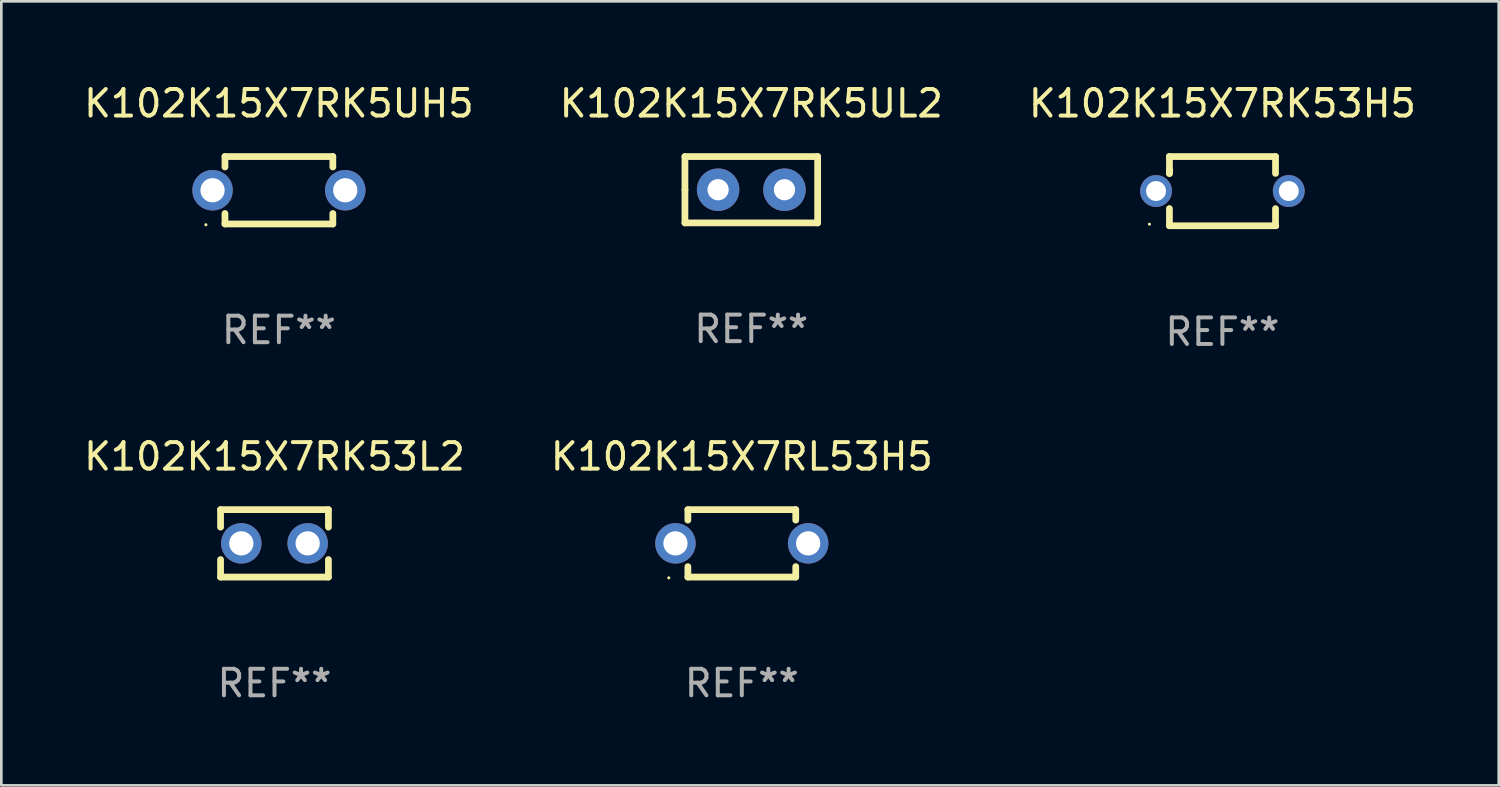
<source format=kicad_pcb>
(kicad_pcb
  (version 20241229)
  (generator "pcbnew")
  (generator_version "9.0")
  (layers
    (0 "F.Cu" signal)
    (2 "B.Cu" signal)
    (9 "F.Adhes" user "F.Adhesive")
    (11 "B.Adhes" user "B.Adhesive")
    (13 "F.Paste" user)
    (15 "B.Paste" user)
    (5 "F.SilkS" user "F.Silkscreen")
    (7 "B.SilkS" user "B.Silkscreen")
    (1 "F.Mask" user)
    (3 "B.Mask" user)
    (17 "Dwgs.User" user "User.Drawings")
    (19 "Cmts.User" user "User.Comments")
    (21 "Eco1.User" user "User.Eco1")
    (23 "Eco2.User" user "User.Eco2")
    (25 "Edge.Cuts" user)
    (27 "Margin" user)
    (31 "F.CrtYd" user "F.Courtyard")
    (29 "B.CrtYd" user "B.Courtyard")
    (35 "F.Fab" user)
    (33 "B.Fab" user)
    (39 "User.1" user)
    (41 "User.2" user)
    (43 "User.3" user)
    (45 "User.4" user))
  (footprint "K102K15X7RK53L2"
    (layer "F.Cu")
    (at 7.292 17.422)
    (property "Reference" "K102K15X7RK53L2" (at 0 -3.27 0) (layer "F.SilkS") (effects (font (size 1 1) (thickness 0.15))))
    (attr through_hole)
    (fp_line (start -2.032 -1.27) (end -2.032 -0.611) (stroke (width 0.254) (type solid)) (layer "F.SilkS"))
    (fp_line (start -2.032 0.611) (end -2.032 1.27) (stroke (width 0.254) (type solid)) (layer "F.SilkS"))
    (fp_line (start -2.032 1.27) (end 2.032 1.27) (stroke (width 0.254) (type solid)) (layer "F.SilkS"))
    (fp_line (start 2.032 -1.27) (end -2.032 -1.27) (stroke (width 0.254) (type solid)) (layer "F.SilkS"))
    (fp_line (start 2.032 -0.611) (end 2.032 -1.27) (stroke (width 0.254) (type solid)) (layer "F.SilkS"))
    (fp_line (start 2.032 1.27) (end 2.032 0.611) (stroke (width 0.254) (type solid)) (layer "F.SilkS"))
    (fp_circle (center -2 1.3) (end -1.97 1.3) (stroke (width 0.06) (type solid)) (fill no) (layer "F.SilkS"))
    (fp_text user "REF**" (at 0 5.27 0) (layer "F.Fab") (effects (font (size 1 1) (thickness 0.15))))
    (pad "1" thru_hole circle (at -1.25 0) (size 1.524 1.524) (drill 0.914) (layers "*.Cu" "*.Mask"))
    (pad "2" thru_hole circle (at 1.25 0) (size 1.524 1.524) (drill 0.914) (layers "*.Cu" "*.Mask")))
  (footprint "K102K15X7RK53H5"
    (layer "F.Cu")
    (at 43.006 4.152)
    (property "Reference" "K102K15X7RK53H5" (at 0 -3.303 0) (layer "F.SilkS") (effects (font (size 1 1) (thickness 0.15))))
    (attr through_hole)
    (fp_line (start -1.996 -0.782) (end -1.983 -0.795) (stroke (width 0.254) (type solid)) (layer "F.SilkS"))
    (fp_line (start -1.996 -0.665) (end -1.996 -0.782) (stroke (width 0.254) (type solid)) (layer "F.SilkS"))
    (fp_line (start -1.996 1.297) (end -1.996 0.655) (stroke (width 0.254) (type solid)) (layer "F.SilkS"))
    (fp_line (start -1.996 -1.303) (end 2.001 -1.303) (stroke (width 0.254) (type solid)) (layer "F.SilkS"))
    (fp_line (start -1.995 -1.303) (end -1.996 -1.303) (stroke (width 0.254) (type solid)) (layer "F.SilkS"))
    (fp_line (start -1.995 -0.664) (end -1.995 -1.303) (stroke (width 0.254) (type solid)) (layer "F.SilkS"))
    (fp_line (start -1.99 1.303) (end -1.996 1.297) (stroke (width 0.254) (type solid)) (layer "F.SilkS"))
    (fp_line (start 2.001 -1.303) (end 2.001 -0.669) (stroke (width 0.254) (type solid)) (layer "F.SilkS"))
    (fp_line (start 2.001 0.659) (end 2.001 1.297) (stroke (width 0.254) (type solid)) (layer "F.SilkS"))
    (fp_line (start 2.001 1.297) (end 2.008 1.303) (stroke (width 0.254) (type solid)) (layer "F.SilkS"))
    (fp_line (start 2.008 1.303) (end -1.99 1.303) (stroke (width 0.254) (type solid)) (layer "F.SilkS"))
    (fp_circle (center -2.75 1.245) (end -2.72 1.245) (stroke (width 0.06) (type solid)) (fill no) (layer "F.SilkS"))
    (fp_text user "REF**" (at 0 5.303 0) (layer "F.Fab") (effects (font (size 1 1) (thickness 0.15))))
    (pad "1" thru_hole circle (at -2.5 -0.005) (size 1.2 1.2) (drill 0.75) (layers "*.Cu" "*.Mask"))
    (pad "2" thru_hole circle (at 2.5 -0.005) (size 1.2 1.2) (drill 0.75) (layers "*.Cu" "*.Mask")))
  (footprint "K102K15X7RL53H5"
    (layer "F.Cu")
    (at 24.899 17.422)
    (property "Reference" "K102K15X7RL53H5" (at 0 -3.27 0) (layer "F.SilkS") (effects (font (size 1 1) (thickness 0.15))))
    (attr through_hole)
    (fp_line (start -2.032 -1.27) (end -2.032 -0.876) (stroke (width 0.254) (type solid)) (layer "F.SilkS"))
    (fp_line (start -2.032 0.876) (end -2.032 1.27) (stroke (width 0.254) (type solid)) (layer "F.SilkS"))
    (fp_line (start -2.032 1.27) (end 2.032 1.27) (stroke (width 0.254) (type solid)) (layer "F.SilkS"))
    (fp_line (start 2.032 -1.27) (end -2.032 -1.27) (stroke (width 0.254) (type solid)) (layer "F.SilkS"))
    (fp_line (start 2.032 -0.876) (end 2.032 -1.27) (stroke (width 0.254) (type solid)) (layer "F.SilkS"))
    (fp_line (start 2.032 1.27) (end 2.032 0.876) (stroke (width 0.254) (type solid)) (layer "F.SilkS"))
    (fp_circle (center -2.751 1.3) (end -2.721 1.3) (stroke (width 0.06) (type solid)) (fill no) (layer "F.SilkS"))
    (fp_text user "REF**" (at 0 5.27 0) (layer "F.Fab") (effects (font (size 1 1) (thickness 0.15))))
    (pad "1" thru_hole circle (at -2.5 0) (size 1.524 1.524) (drill 0.914) (layers "*.Cu" "*.Mask"))
    (pad "2" thru_hole circle (at 2.5 0) (size 1.524 1.524) (drill 0.914) (layers "*.Cu" "*.Mask")))
  (footprint "K102K15X7RK5UH5"
    (layer "F.Cu")
    (at 7.458 4.118)
    (property "Reference" "K102K15X7RK5UH5" (at 0 -3.27 0) (layer "F.SilkS") (effects (font (size 1 1) (thickness 0.15))))
    (attr through_hole)
    (fp_line (start -2.032 -1.27) (end -2.032 -0.876) (stroke (width 0.254) (type solid)) (layer "F.SilkS"))
    (fp_line (start -2.032 0.876) (end -2.032 1.27) (stroke (width 0.254) (type solid)) (layer "F.SilkS"))
    (fp_line (start -2.032 1.27) (end 2.032 1.27) (stroke (width 0.254) (type solid)) (layer "F.SilkS"))
    (fp_line (start 2.032 -1.27) (end -2.032 -1.27) (stroke (width 0.254) (type solid)) (layer "F.SilkS"))
    (fp_line (start 2.032 -0.876) (end 2.032 -1.27) (stroke (width 0.254) (type solid)) (layer "F.SilkS"))
    (fp_line (start 2.032 1.27) (end 2.032 0.876) (stroke (width 0.254) (type solid)) (layer "F.SilkS"))
    (fp_circle (center -2.751 1.3) (end -2.721 1.3) (stroke (width 0.06) (type solid)) (fill no) (layer "F.SilkS"))
    (fp_text user "REF**" (at 0 5.27 0) (layer "F.Fab") (effects (font (size 1 1) (thickness 0.15))))
    (pad "1" thru_hole circle (at -2.5 0) (size 1.524 1.524) (drill 0.914) (layers "*.Cu" "*.Mask"))
    (pad "2" thru_hole circle (at 2.5 0) (size 1.524 1.524) (drill 0.914) (layers "*.Cu" "*.Mask")))
  (footprint "K102K15X7RK5UL2"
    (layer "F.Cu")
    (at 25.256 4.098)
    (property "Reference" "K102K15X7RK5UL2" (at 0 -3.25 0) (layer "F.SilkS") (effects (font (size 1 1) (thickness 0.15))))
    (attr through_hole)
    (fp_line (start -2.5 -1.25) (end 2.5 -1.25) (stroke (width 0.254) (type solid)) (layer "F.SilkS"))
    (fp_line (start -2.5 0) (end -2.5 -1.25) (stroke (width 0.254) (type solid)) (layer "F.SilkS"))
    (fp_line (start -2.5 1.25) (end -2.5 0) (stroke (width 0.254) (type solid)) (layer "F.SilkS"))
    (fp_line (start 2.5 -1.25) (end 2.5 1.25) (stroke (width 0.254) (type solid)) (layer "F.SilkS"))
    (fp_line (start 2.5 1.25) (end -2.5 1.25) (stroke (width 0.254) (type solid)) (layer "F.SilkS"))
    (fp_circle (center -2.5 1.25) (end -2.47 1.25) (stroke (width 0.06) (type solid)) (fill no) (layer "F.SilkS"))
    (fp_text user "REF**" (at 0 5.25 0) (layer "F.Fab") (effects (font (size 1 1) (thickness 0.15))))
    (pad "1" thru_hole circle (at -1.25 0) (size 1.6 1.6) (drill 0.8) (layers "*.Cu" "*.Mask"))
    (pad "2" thru_hole circle (at 1.25 0) (size 1.6 1.6) (drill 0.8) (layers "*.Cu" "*.Mask")))
  (gr_rect
    (start -3 -3)
    (end 53.417 26.54)
    (stroke (width 0.1) (type default))
    (fill no)
    (layer "Edge.Cuts")))
</source>
